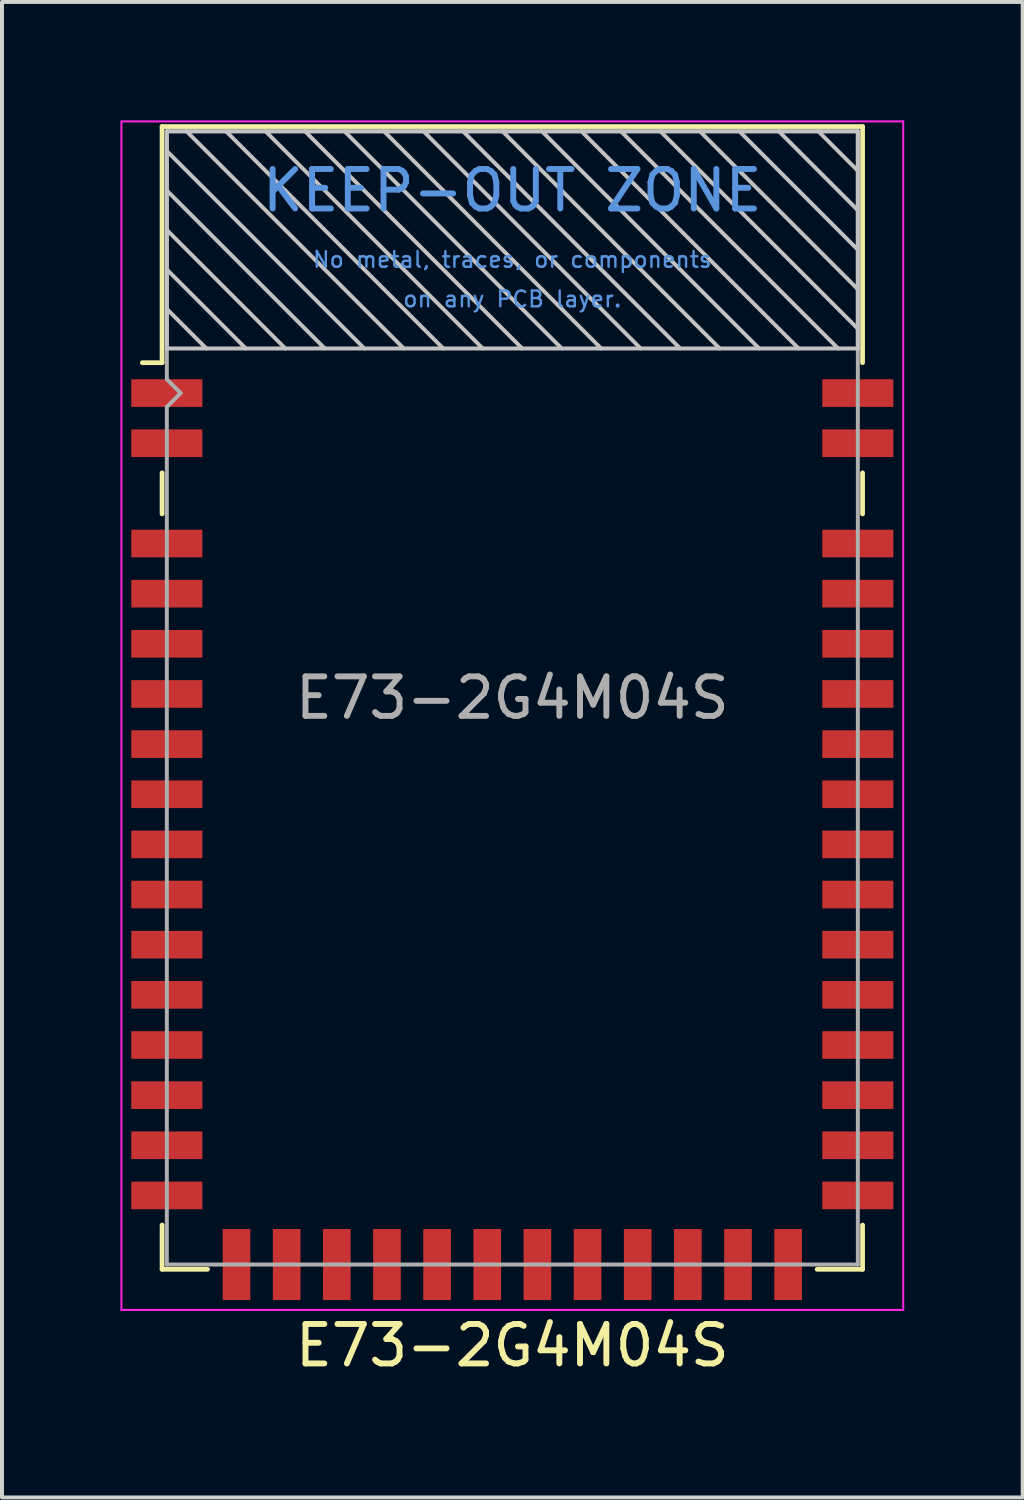
<source format=kicad_pcb>
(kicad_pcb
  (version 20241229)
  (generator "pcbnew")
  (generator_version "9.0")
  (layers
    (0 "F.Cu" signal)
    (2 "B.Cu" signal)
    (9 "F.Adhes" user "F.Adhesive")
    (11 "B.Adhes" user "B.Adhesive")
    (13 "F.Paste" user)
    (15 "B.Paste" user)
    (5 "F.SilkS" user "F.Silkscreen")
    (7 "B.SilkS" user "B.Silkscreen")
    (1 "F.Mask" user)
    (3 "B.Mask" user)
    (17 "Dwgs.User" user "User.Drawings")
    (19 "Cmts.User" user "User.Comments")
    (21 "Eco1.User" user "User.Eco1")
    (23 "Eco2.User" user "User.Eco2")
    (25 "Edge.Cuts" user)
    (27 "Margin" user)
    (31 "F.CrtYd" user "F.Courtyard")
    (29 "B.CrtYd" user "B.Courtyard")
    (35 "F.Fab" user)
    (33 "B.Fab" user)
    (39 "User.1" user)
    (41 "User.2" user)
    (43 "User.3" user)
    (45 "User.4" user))
  (footprint "E73-2G4M04S"
    (layer "F.Cu")
    (at 9.925 14.625)
    (property "Reference" "E73-2G4M04S" (at 0 16.4 0) (layer "F.SilkS") (effects (font (size 1 1) (thickness 0.15))))
    (attr smd)
    (fp_line (start -8.87 -14.47) (end -8.87 -8.49) (stroke (width 0.12) (type solid)) (layer "F.SilkS"))
    (fp_line (start -8.87 -8.49) (end -9.37 -8.49) (stroke (width 0.12) (type solid)) (layer "F.SilkS"))
    (fp_line (start -8.87 -5.7) (end -8.87 -4.66) (stroke (width 0.12) (type solid)) (layer "F.SilkS"))
    (fp_line (start -8.87 14.47) (end -8.87 13.35) (stroke (width 0.12) (type solid)) (layer "F.SilkS"))
    (fp_line (start -8.87 14.47) (end -7.72 14.47) (stroke (width 0.12) (type solid)) (layer "F.SilkS"))
    (fp_line (start 8.87 -14.47) (end -8.87 -14.47) (stroke (width 0.12) (type solid)) (layer "F.SilkS"))
    (fp_line (start 8.87 -14.47) (end 8.87 -8.49) (stroke (width 0.12) (type solid)) (layer "F.SilkS"))
    (fp_line (start 8.87 -5.7) (end 8.87 -4.66) (stroke (width 0.12) (type solid)) (layer "F.SilkS"))
    (fp_line (start 8.87 14.47) (end 7.72 14.47) (stroke (width 0.12) (type solid)) (layer "F.SilkS"))
    (fp_line (start 8.87 14.47) (end 8.87 13.35) (stroke (width 0.12) (type solid)) (layer "F.SilkS"))
    (fp_line (start -8.75 -14.35) (end 8.75 -14.35) (stroke (width 0.1) (type solid)) (layer "Dwgs.User"))
    (fp_line (start -8.75 -13.85) (end -3.75 -8.85) (stroke (width 0.1) (type solid)) (layer "Dwgs.User"))
    (fp_line (start -8.75 -11.85) (end -5.75 -8.85) (stroke (width 0.1) (type solid)) (layer "Dwgs.User"))
    (fp_line (start -8.75 -10.85) (end -6.75 -8.85) (stroke (width 0.1) (type solid)) (layer "Dwgs.User"))
    (fp_line (start -8.75 -9.85) (end -7.75 -8.85) (stroke (width 0.1) (type solid)) (layer "Dwgs.User"))
    (fp_line (start -8.75 -8.85) (end -8.75 -14.35) (stroke (width 0.1) (type solid)) (layer "Dwgs.User"))
    (fp_line (start -7.25 -14.35) (end -1.75 -8.85) (stroke (width 0.1) (type solid)) (layer "Dwgs.User"))
    (fp_line (start -5.25 -14.35) (end 0.25 -8.85) (stroke (width 0.1) (type solid)) (layer "Dwgs.User"))
    (fp_line (start -4.75 -8.85) (end -8.75 -12.85) (stroke (width 0.1) (type solid)) (layer "Dwgs.User"))
    (fp_line (start -3.25 -14.35) (end 2.25 -8.85) (stroke (width 0.1) (type solid)) (layer "Dwgs.User"))
    (fp_line (start -2.75 -8.85) (end -8.25 -14.35) (stroke (width 0.1) (type solid)) (layer "Dwgs.User"))
    (fp_line (start -1.25 -14.35) (end 4.25 -8.85) (stroke (width 0.1) (type solid)) (layer "Dwgs.User"))
    (fp_line (start -0.75 -8.85) (end -6.25 -14.35) (stroke (width 0.1) (type solid)) (layer "Dwgs.User"))
    (fp_line (start 0.75 -14.35) (end 6.25 -8.85) (stroke (width 0.1) (type solid)) (layer "Dwgs.User"))
    (fp_line (start 1.25 -8.85) (end -4.25 -14.35) (stroke (width 0.1) (type solid)) (layer "Dwgs.User"))
    (fp_line (start 2.75 -14.35) (end 8.25 -8.85) (stroke (width 0.1) (type solid)) (layer "Dwgs.User"))
    (fp_line (start 3.25 -8.85) (end -2.25 -14.35) (stroke (width 0.1) (type solid)) (layer "Dwgs.User"))
    (fp_line (start 4.75 -14.35) (end 8.75 -10.35) (stroke (width 0.1) (type solid)) (layer "Dwgs.User"))
    (fp_line (start 5.25 -8.85) (end -0.25 -14.35) (stroke (width 0.1) (type solid)) (layer "Dwgs.User"))
    (fp_line (start 6.75 -14.35) (end 8.75 -12.35) (stroke (width 0.1) (type solid)) (layer "Dwgs.User"))
    (fp_line (start 7.25 -8.85) (end 1.75 -14.35) (stroke (width 0.1) (type solid)) (layer "Dwgs.User"))
    (fp_line (start 8.75 -14.35) (end 8.75 -8.85) (stroke (width 0.1) (type solid)) (layer "Dwgs.User"))
    (fp_line (start 8.75 -13.35) (end 7.75 -14.35) (stroke (width 0.1) (type solid)) (layer "Dwgs.User"))
    (fp_line (start 8.75 -11.35) (end 5.75 -14.35) (stroke (width 0.1) (type solid)) (layer "Dwgs.User"))
    (fp_line (start 8.75 -9.35) (end 3.75 -14.35) (stroke (width 0.1) (type solid)) (layer "Dwgs.User"))
    (fp_line (start 8.75 -8.85) (end -8.75 -8.85) (stroke (width 0.1) (type solid)) (layer "Dwgs.User"))
    (fp_line (start -9.9 -14.6) (end -9.9 15.5) (stroke (width 0.05) (type solid)) (layer "F.CrtYd"))
    (fp_line (start -9.9 15.5) (end 9.9 15.5) (stroke (width 0.05) (type solid)) (layer "F.CrtYd"))
    (fp_line (start 9.9 -14.6) (end -9.9 -14.6) (stroke (width 0.05) (type solid)) (layer "F.CrtYd"))
    (fp_line (start 9.9 15.5) (end 9.9 -14.6) (stroke (width 0.05) (type solid)) (layer "F.CrtYd"))
    (fp_line (start -8.75 -8.07) (end -8.75 -14.35) (stroke (width 0.1) (type solid)) (layer "F.Fab"))
    (fp_line (start -8.75 -8.07) (end -8.4 -7.72) (stroke (width 0.1) (type solid)) (layer "F.Fab"))
    (fp_line (start -8.75 -7.37) (end -8.75 14.35) (stroke (width 0.1) (type solid)) (layer "F.Fab"))
    (fp_line (start -8.75 14.35) (end 8.75 14.35) (stroke (width 0.1) (type solid)) (layer "F.Fab"))
    (fp_line (start -8.4 -7.72) (end -8.75 -7.37) (stroke (width 0.1) (type solid)) (layer "F.Fab"))
    (fp_line (start 8.75 -14.35) (end -8.75 -14.35) (stroke (width 0.1) (type solid)) (layer "F.Fab"))
    (fp_line (start 8.75 14.35) (end 8.75 -14.35) (stroke (width 0.1) (type solid)) (layer "F.Fab"))
    (fp_text user "No metal, traces, or components" (at 0 -11.1 0) (layer "Cmts.User") (effects (font (size 0.4 0.4) (thickness 0.06))))
    (fp_text user "KEEP-OUT ZONE" (at 0 -12.85 0) (layer "Cmts.User") (effects (font (size 1 1) (thickness 0.15))))
    (fp_text user "on any PCB layer." (at 0 -10.1 0) (layer "Cmts.User") (effects (font (size 0.4 0.4) (thickness 0.06))))
    (fp_text user "${REFERENCE}" (at 0 0 0) (layer "F.Fab") (effects (font (size 1 1) (thickness 0.15))))
    (pad "0" smd rect (at -8.75 -7.72) (size 1.8 0.7) (layers "F.Cu" "F.Mask" "F.Paste"))
    (pad "1" smd rect (at -8.75 -6.45) (size 1.8 0.7) (layers "F.Cu" "F.Mask" "F.Paste"))
    (pad "2" smd rect (at -8.75 -3.91) (size 1.8 0.7) (layers "F.Cu" "F.Mask" "F.Paste"))
    (pad "3" smd rect (at -8.75 -2.64) (size 1.8 0.7) (layers "F.Cu" "F.Mask" "F.Paste"))
    (pad "4" smd rect (at -8.75 -1.37) (size 1.8 0.7) (layers "F.Cu" "F.Mask" "F.Paste"))
    (pad "5" smd rect (at -8.75 -0.1) (size 1.8 0.7) (layers "F.Cu" "F.Mask" "F.Paste"))
    (pad "6" smd rect (at -8.75 1.17) (size 1.8 0.7) (layers "F.Cu" "F.Mask" "F.Paste"))
    (pad "7" smd rect (at -8.75 2.44) (size 1.8 0.7) (layers "F.Cu" "F.Mask" "F.Paste"))
    (pad "8" smd rect (at -8.75 3.71) (size 1.8 0.7) (layers "F.Cu" "F.Mask" "F.Paste"))
    (pad "9" smd rect (at -8.75 4.98) (size 1.8 0.7) (layers "F.Cu" "F.Mask" "F.Paste"))
    (pad "10" smd rect (at -8.75 6.25) (size 1.8 0.7) (layers "F.Cu" "F.Mask" "F.Paste"))
    (pad "11" smd rect (at -8.75 7.52) (size 1.8 0.7) (layers "F.Cu" "F.Mask" "F.Paste"))
    (pad "12" smd rect (at -8.75 8.79) (size 1.8 0.7) (layers "F.Cu" "F.Mask" "F.Paste"))
    (pad "13" smd rect (at -8.75 10.06) (size 1.8 0.7) (layers "F.Cu" "F.Mask" "F.Paste"))
    (pad "14" smd rect (at -8.75 11.33) (size 1.8 0.7) (layers "F.Cu" "F.Mask" "F.Paste"))
    (pad "15" smd rect (at -8.75 12.6) (size 1.8 0.7) (layers "F.Cu" "F.Mask" "F.Paste"))
    (pad "16" smd rect (at -6.985 14.35) (size 0.7 1.8) (layers "F.Cu" "F.Mask" "F.Paste"))
    (pad "17" smd rect (at -5.715 14.35) (size 0.7 1.8) (layers "F.Cu" "F.Mask" "F.Paste"))
    (pad "18" smd rect (at -4.445 14.35) (size 0.7 1.8) (layers "F.Cu" "F.Mask" "F.Paste"))
    (pad "19" smd rect (at -3.175 14.35) (size 0.7 1.8) (layers "F.Cu" "F.Mask" "F.Paste"))
    (pad "20" smd rect (at -1.905 14.35) (size 0.7 1.8) (layers "F.Cu" "F.Mask" "F.Paste"))
    (pad "21" smd rect (at -0.635 14.35) (size 0.7 1.8) (layers "F.Cu" "F.Mask" "F.Paste"))
    (pad "22" smd rect (at 0.635 14.35) (size 0.7 1.8) (layers "F.Cu" "F.Mask" "F.Paste"))
    (pad "23" smd rect (at 1.905 14.35) (size 0.7 1.8) (layers "F.Cu" "F.Mask" "F.Paste"))
    (pad "24" smd rect (at 3.175 14.35) (size 0.7 1.8) (layers "F.Cu" "F.Mask" "F.Paste"))
    (pad "25" smd rect (at 4.445 14.35) (size 0.7 1.8) (layers "F.Cu" "F.Mask" "F.Paste"))
    (pad "26" smd rect (at 5.715 14.35) (size 0.7 1.8) (layers "F.Cu" "F.Mask" "F.Paste"))
    (pad "27" smd rect (at 6.985 14.35) (size 0.7 1.8) (layers "F.Cu" "F.Mask" "F.Paste"))
    (pad "28" smd rect (at 8.75 12.6) (size 1.8 0.7) (layers "F.Cu" "F.Mask" "F.Paste"))
    (pad "29" smd rect (at 8.75 11.33) (size 1.8 0.7) (layers "F.Cu" "F.Mask" "F.Paste"))
    (pad "30" smd rect (at 8.75 10.06) (size 1.8 0.7) (layers "F.Cu" "F.Mask" "F.Paste"))
    (pad "31" smd rect (at 8.75 8.79) (size 1.8 0.7) (layers "F.Cu" "F.Mask" "F.Paste"))
    (pad "32" smd rect (at 8.75 7.52) (size 1.8 0.7) (layers "F.Cu" "F.Mask" "F.Paste"))
    (pad "33" smd rect (at 8.75 6.25) (size 1.8 0.7) (layers "F.Cu" "F.Mask" "F.Paste"))
    (pad "34" smd rect (at 8.75 4.98) (size 1.8 0.7) (layers "F.Cu" "F.Mask" "F.Paste"))
    (pad "35" smd rect (at 8.75 3.71) (size 1.8 0.7) (layers "F.Cu" "F.Mask" "F.Paste"))
    (pad "36" smd rect (at 8.75 2.44) (size 1.8 0.7) (layers "F.Cu" "F.Mask" "F.Paste"))
    (pad "37" smd rect (at 8.75 1.17) (size 1.8 0.7) (layers "F.Cu" "F.Mask" "F.Paste"))
    (pad "38" smd rect (at 8.75 -0.1) (size 1.8 0.7) (layers "F.Cu" "F.Mask" "F.Paste"))
    (pad "39" smd rect (at 8.75 -1.37) (size 1.8 0.7) (layers "F.Cu" "F.Mask" "F.Paste"))
    (pad "40" smd rect (at 8.75 -2.64) (size 1.8 0.7) (layers "F.Cu" "F.Mask" "F.Paste"))
    (pad "41" smd rect (at 8.75 -3.91) (size 1.8 0.7) (layers "F.Cu" "F.Mask" "F.Paste"))
    (pad "42" smd rect (at 8.75 -6.45) (size 1.8 0.7) (layers "F.Cu" "F.Mask" "F.Paste"))
    (pad "43" smd rect (at 8.75 -7.72) (size 1.8 0.7) (layers "F.Cu" "F.Mask" "F.Paste")))
  (gr_rect
    (start -3 -3)
    (end 22.85 34.873)
    (stroke (width 0.1) (type default))
    (fill no)
    (layer "Edge.Cuts")))
</source>
